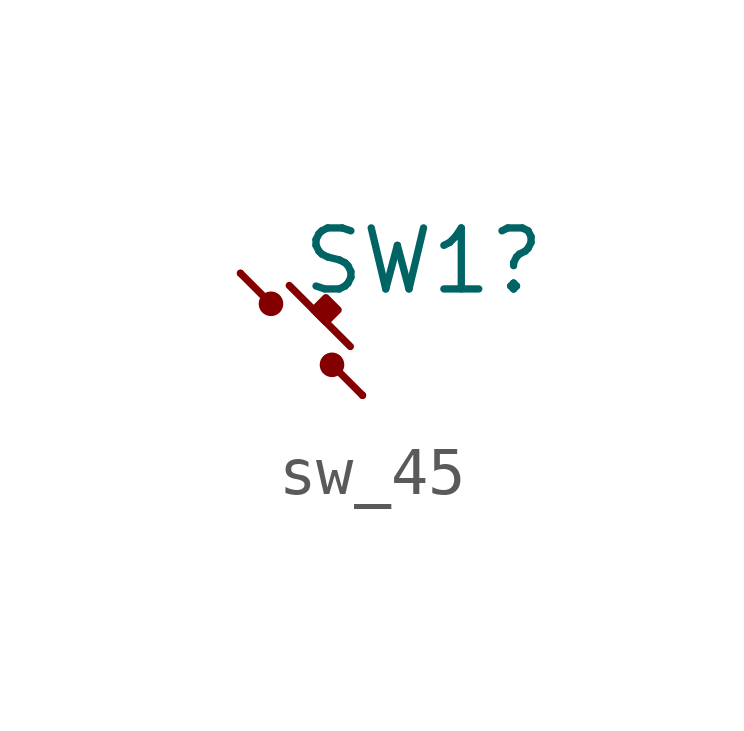
<source format=kicad_sym>
(kicad_symbol_lib
  (version 20231120)
  (generator "kicad_symbol_editor")
  (generator_version "8.0")
  (symbol "sw_45"
    (pin_numbers hide)
    (property "Reference" "SW1"
      (at 2.54 1.524 0)
      (effects (font (size 1.27 1.27))))
    (property "Value" ""
      (at 0 0 0)
      (effects (font (size 1.27 1.27))))
    (symbol "sw_45_0_1"
      (polyline (pts (xy -1.27 1.27) (xy -0.635 0.635)) (stroke (width 0) (type default)) (fill (type none)))
      (polyline (pts (xy -0.254 1.016) (xy 1.016 -0.254)) (stroke (width 0) (type default)) (fill (type none)))
      (polyline (pts (xy 1.27 -1.27) (xy 0.635 -0.635)) (stroke (width 0) (type default)) (fill (type none))))
    (symbol "sw_45_1_1"
      (circle (center -0.635 0.635) (radius 0.18) (stroke (width 0) (type default)) (fill (type outline)))
      (polyline (pts (xy 0.508 0.762) (xy 0.762 0.508) (xy 0.508 0.254) (xy 0.254 0.508) (xy 0.508 0.762)) (stroke (width 0) (type default)) (fill (type outline)))
      (circle (center 0.635 -0.635) (radius 0.18) (stroke (width 0) (type default)) (fill (type outline)))
      (pin passive line (at -1.27 1.27 0) (length 0) (name "" (effects (font (size 1.27 1.27)))) (number "1" (effects (font (size 1.27 1.27)))))
      (pin passive line (at 1.27 -1.27 180) (length 0) (name "" (effects (font (size 1.27 1.27)))) (number "2" (effects (font (size 1.27 1.27))))))))
</source>
